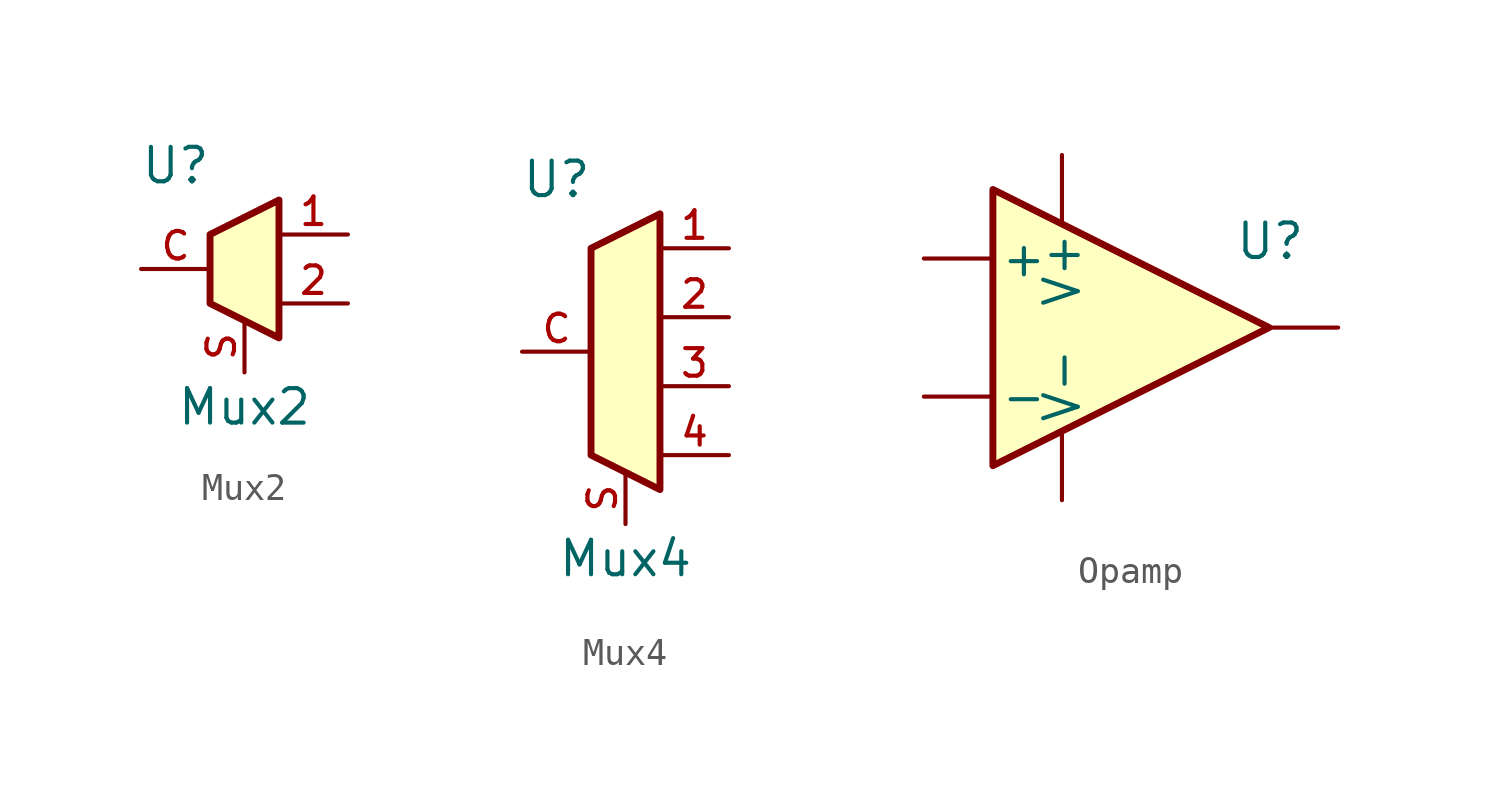
<source format=kicad_sym>
(kicad_symbol_lib
  (version 20211014)
  (generator kicad_symbol_editor)
  (symbol "Mux2"
    (pin_names
      (offset 1.016))
    (property "Reference" "U"
      (at -2.54 3.81 0)
      (effects (font (size 1.27 1.27))))
    (property "Value" "Mux2"
      (at 0 -5.08 0)
      (effects (font (size 1.27 1.27))))
    (symbol "Mux2_0_1"
      (polyline (pts (xy -1.27 1.27) (xy -1.27 -1.27) (xy 1.27 -2.54) (xy 1.27 -0.635) (xy 1.27 0) (xy 1.27 0.635) (xy 1.27 2.54) (xy -1.27 1.27)) (stroke (width 0.254) (type default) (color 0 0 0 0)) (fill (type background))))
    (symbol "Mux2_1_1"
      (pin passive line (at 3.81 1.27 180) (length 2.54) (name "~" (effects (font (size 1.016 1.016)))) (number "1" (effects (font (size 1.016 1.016)))))
      (pin passive line (at 3.81 -1.27 180) (length 2.54) (name "~" (effects (font (size 1.016 1.016)))) (number "2" (effects (font (size 1.016 1.016)))))
      (pin passive line (at -3.81 0 0) (length 2.54) (name "~" (effects (font (size 1.016 1.016)))) (number "C" (effects (font (size 1.016 1.016)))))
      (pin input line (at 0 -3.81 90) (length 1.905) (name "~" (effects (font (size 1.016 1.016)))) (number "S" (effects (font (size 1.016 1.016)))))))
  (symbol "Mux4"
    (pin_names
      (offset 1.016))
    (property "Reference" "U"
      (at -2.54 6.35 0)
      (effects (font (size 1.27 1.27))))
    (property "Value" "Mux4"
      (at 0 -7.62 0)
      (effects (font (size 1.27 1.27))))
    (symbol "Mux4_0_1"
      (polyline (pts (xy -1.27 3.81) (xy -1.27 -3.81) (xy 1.27 -5.08) (xy 1.27 1.905) (xy 1.27 2.54) (xy 1.27 3.175) (xy 1.27 5.08) (xy -1.27 3.81)) (stroke (width 0.254) (type default) (color 0 0 0 0)) (fill (type background))))
    (symbol "Mux4_1_1"
      (pin passive line (at 3.81 3.81 180) (length 2.54) (name "~" (effects (font (size 1.016 1.016)))) (number "1" (effects (font (size 1.016 1.016)))))
      (pin passive line (at 3.81 1.27 180) (length 2.54) (name "~" (effects (font (size 1.016 1.016)))) (number "2" (effects (font (size 1.016 1.016)))))
      (pin passive line (at 3.81 -1.27 180) (length 2.54) (name "~" (effects (font (size 1.016 1.016)))) (number "3" (effects (font (size 1.016 1.016)))))
      (pin passive line (at 3.81 -3.81 180) (length 2.54) (name "~" (effects (font (size 1.016 1.016)))) (number "4" (effects (font (size 1.016 1.016)))))
      (pin passive line (at -3.81 0 0) (length 2.54) (name "~" (effects (font (size 1.016 1.016)))) (number "C" (effects (font (size 1.016 1.016)))))
      (pin input line (at 0 -6.35 90) (length 1.905) (name "~" (effects (font (size 1.016 1.016)))) (number "S" (effects (font (size 1.016 1.016)))))))
  (symbol "Opamp"
    (pin_numbers hide)
    (pin_names
      (offset 0.254))
    (property "Reference" "U"
      (at 3.81 3.175 0)
      (effects (font (size 1.27 1.27)) (justify left)))
    (symbol "Opamp_0_1"
      (polyline (pts (xy 5.08 0) (xy -5.08 5.08) (xy -5.08 -5.08) (xy 5.08 0)) (stroke (width 0.254) (type default) (color 0 0 0 0)) (fill (type background))))
    (symbol "Opamp_1_1"
      (pin input line (at -7.62 2.54 0) (length 2.54) (name "+" (effects (font (size 1.27 1.27)))) (number "1" (effects (font (size 1.27 1.27)))))
      (pin input line (at -7.62 -2.54 0) (length 2.54) (name "-" (effects (font (size 1.27 1.27)))) (number "2" (effects (font (size 1.27 1.27)))))
      (pin output line (at 7.62 0 180) (length 2.54) (name "~" (effects (font (size 1.27 1.27)))) (number "3" (effects (font (size 1.27 1.27)))))
      (pin power_in line (at -2.54 6.35 270) (length 2.54) (name "V+" (effects (font (size 1.27 1.27)))) (number "4" (effects (font (size 1.27 1.27)))))
      (pin power_in line (at -2.54 -6.35 90) (length 2.54) (name "V-" (effects (font (size 1.27 1.27)))) (number "5" (effects (font (size 1.27 1.27))))))))
</source>
